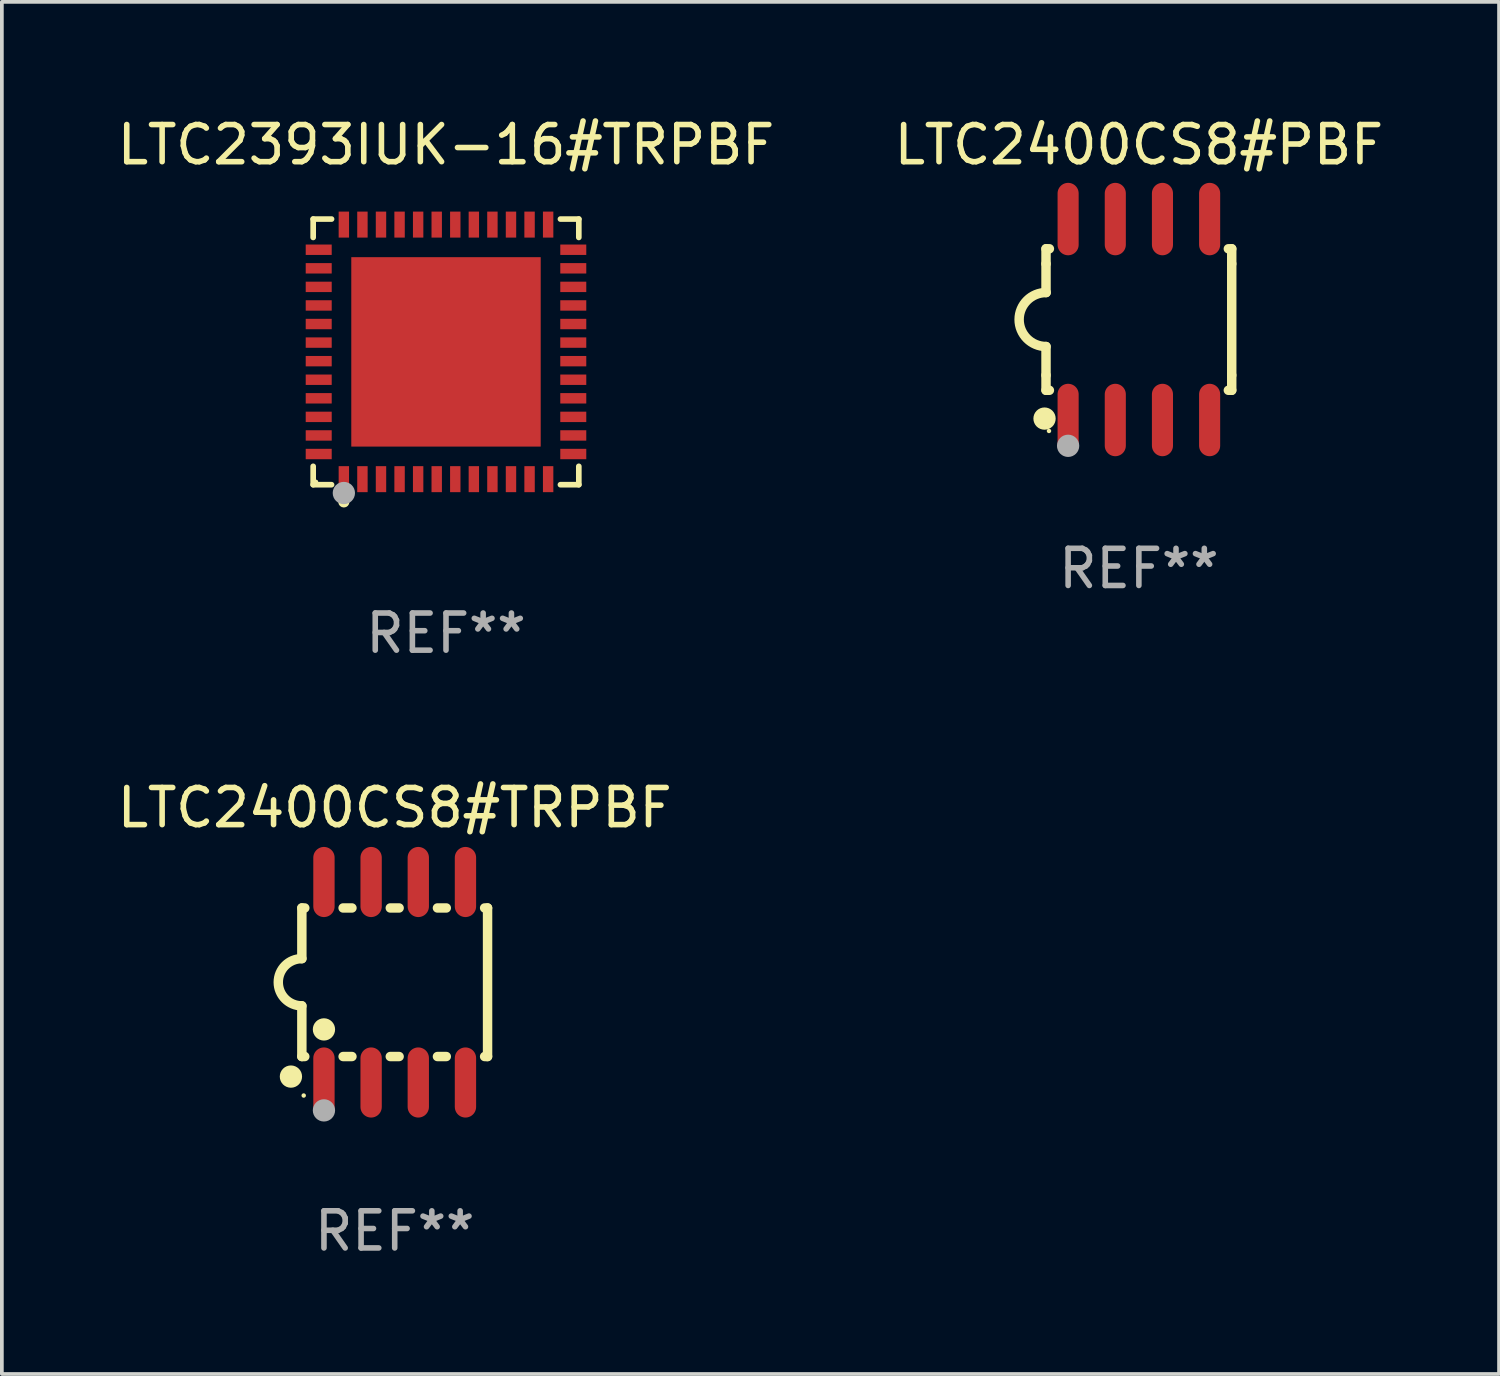
<source format=kicad_pcb>
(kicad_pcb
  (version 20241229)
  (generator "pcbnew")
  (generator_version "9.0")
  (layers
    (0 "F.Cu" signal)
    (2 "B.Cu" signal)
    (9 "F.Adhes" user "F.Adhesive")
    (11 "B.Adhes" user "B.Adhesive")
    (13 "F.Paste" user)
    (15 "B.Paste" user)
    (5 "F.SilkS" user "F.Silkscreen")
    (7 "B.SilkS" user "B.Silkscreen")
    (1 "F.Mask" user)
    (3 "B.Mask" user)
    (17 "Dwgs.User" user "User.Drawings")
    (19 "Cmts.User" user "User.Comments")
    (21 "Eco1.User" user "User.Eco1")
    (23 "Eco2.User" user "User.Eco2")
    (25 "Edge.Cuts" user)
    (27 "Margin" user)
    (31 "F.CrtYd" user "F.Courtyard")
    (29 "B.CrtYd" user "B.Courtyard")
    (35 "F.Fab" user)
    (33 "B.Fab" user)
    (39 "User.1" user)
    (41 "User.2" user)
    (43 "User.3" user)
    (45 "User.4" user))
  (footprint "LTC2393IUK-16#TRPBF"
    (layer "F.Cu")
    (at 8.958 6.424)
    (property "Reference" "LTC2393IUK-16#TRPBF" (at 0 -5.576 0) (layer "F.SilkS") (effects (font (size 1 1) (thickness 0.15))))
    (attr through_hole)
    (fp_line (start -3.576 -3.576) (end -3.081 -3.576) (stroke (width 0.152) (type solid)) (layer "F.SilkS"))
    (fp_line (start -3.576 -3.081) (end -3.576 -3.576) (stroke (width 0.152) (type solid)) (layer "F.SilkS"))
    (fp_line (start -3.576 3.081) (end -3.576 3.576) (stroke (width 0.152) (type solid)) (layer "F.SilkS"))
    (fp_line (start -3.576 3.576) (end -3.081 3.576) (stroke (width 0.152) (type solid)) (layer "F.SilkS"))
    (fp_line (start 3.576 -3.576) (end 3.081 -3.576) (stroke (width 0.152) (type solid)) (layer "F.SilkS"))
    (fp_line (start 3.576 -3.081) (end 3.576 -3.576) (stroke (width 0.152) (type solid)) (layer "F.SilkS"))
    (fp_line (start 3.576 3.081) (end 3.576 3.576) (stroke (width 0.152) (type solid)) (layer "F.SilkS"))
    (fp_line (start 3.576 3.576) (end 3.081 3.576) (stroke (width 0.152) (type solid)) (layer "F.SilkS"))
    (fp_circle (center -3.5 3.5) (end -3.47 3.5) (stroke (width 0.06) (type solid)) (fill no) (layer "F.SilkS"))
    (fp_circle (center -2.75 4.04) (end -2.675 4.04) (stroke (width 0.15) (type solid)) (fill no) (layer "F.SilkS"))
    (fp_circle (center -2.75 3.8) (end -2.6 3.8) (stroke (width 0.3) (type solid)) (fill no) (layer "F.Fab"))
    (fp_text user "REF**" (at 0 7.576 0) (layer "F.Fab") (effects (font (size 1 1) (thickness 0.15))))
    (pad "1" smd rect (at -2.75 3.427) (size 0.28 0.7) (layers "F.Cu" "F.Mask" "F.Paste"))
    (pad "2" smd rect (at -2.25 3.427) (size 0.28 0.7) (layers "F.Cu" "F.Mask" "F.Paste"))
    (pad "3" smd rect (at -1.75 3.427) (size 0.28 0.7) (layers "F.Cu" "F.Mask" "F.Paste"))
    (pad "4" smd rect (at -1.25 3.427) (size 0.28 0.7) (layers "F.Cu" "F.Mask" "F.Paste"))
    (pad "5" smd rect (at -0.75 3.427) (size 0.28 0.7) (layers "F.Cu" "F.Mask" "F.Paste"))
    (pad "6" smd rect (at -0.25 3.427) (size 0.28 0.7) (layers "F.Cu" "F.Mask" "F.Paste"))
    (pad "7" smd rect (at 0.25 3.427) (size 0.28 0.7) (layers "F.Cu" "F.Mask" "F.Paste"))
    (pad "8" smd rect (at 0.75 3.427) (size 0.28 0.7) (layers "F.Cu" "F.Mask" "F.Paste"))
    (pad "9" smd rect (at 1.25 3.427) (size 0.28 0.7) (layers "F.Cu" "F.Mask" "F.Paste"))
    (pad "10" smd rect (at 1.75 3.427) (size 0.28 0.7) (layers "F.Cu" "F.Mask" "F.Paste"))
    (pad "11" smd rect (at 2.25 3.427) (size 0.28 0.7) (layers "F.Cu" "F.Mask" "F.Paste"))
    (pad "12" smd rect (at 2.75 3.427) (size 0.28 0.7) (layers "F.Cu" "F.Mask" "F.Paste"))
    (pad "13" smd rect (at 3.427 2.75) (size 0.7 0.28) (layers "F.Cu" "F.Mask" "F.Paste"))
    (pad "14" smd rect (at 3.427 2.25) (size 0.7 0.28) (layers "F.Cu" "F.Mask" "F.Paste"))
    (pad "15" smd rect (at 3.427 1.75) (size 0.7 0.28) (layers "F.Cu" "F.Mask" "F.Paste"))
    (pad "16" smd rect (at 3.427 1.25) (size 0.7 0.28) (layers "F.Cu" "F.Mask" "F.Paste"))
    (pad "17" smd rect (at 3.427 0.75) (size 0.7 0.28) (layers "F.Cu" "F.Mask" "F.Paste"))
    (pad "18" smd rect (at 3.427 0.25) (size 0.7 0.28) (layers "F.Cu" "F.Mask" "F.Paste"))
    (pad "19" smd rect (at 3.427 -0.25) (size 0.7 0.28) (layers "F.Cu" "F.Mask" "F.Paste"))
    (pad "20" smd rect (at 3.427 -0.75) (size 0.7 0.28) (layers "F.Cu" "F.Mask" "F.Paste"))
    (pad "21" smd rect (at 3.427 -1.25) (size 0.7 0.28) (layers "F.Cu" "F.Mask" "F.Paste"))
    (pad "22" smd rect (at 3.427 -1.75) (size 0.7 0.28) (layers "F.Cu" "F.Mask" "F.Paste"))
    (pad "23" smd rect (at 3.427 -2.25) (size 0.7 0.28) (layers "F.Cu" "F.Mask" "F.Paste"))
    (pad "24" smd rect (at 3.427 -2.75) (size 0.7 0.28) (layers "F.Cu" "F.Mask" "F.Paste"))
    (pad "25" smd rect (at 2.75 -3.427) (size 0.28 0.7) (layers "F.Cu" "F.Mask" "F.Paste"))
    (pad "26" smd rect (at 2.25 -3.427) (size 0.28 0.7) (layers "F.Cu" "F.Mask" "F.Paste"))
    (pad "27" smd rect (at 1.75 -3.427) (size 0.28 0.7) (layers "F.Cu" "F.Mask" "F.Paste"))
    (pad "28" smd rect (at 1.25 -3.427) (size 0.28 0.7) (layers "F.Cu" "F.Mask" "F.Paste"))
    (pad "29" smd rect (at 0.75 -3.427) (size 0.28 0.7) (layers "F.Cu" "F.Mask" "F.Paste"))
    (pad "30" smd rect (at 0.25 -3.427) (size 0.28 0.7) (layers "F.Cu" "F.Mask" "F.Paste"))
    (pad "31" smd rect (at -0.25 -3.427) (size 0.28 0.7) (layers "F.Cu" "F.Mask" "F.Paste"))
    (pad "32" smd rect (at -0.75 -3.427) (size 0.28 0.7) (layers "F.Cu" "F.Mask" "F.Paste"))
    (pad "33" smd rect (at -1.25 -3.427) (size 0.28 0.7) (layers "F.Cu" "F.Mask" "F.Paste"))
    (pad "34" smd rect (at -1.75 -3.427) (size 0.28 0.7) (layers "F.Cu" "F.Mask" "F.Paste"))
    (pad "35" smd rect (at -2.25 -3.427) (size 0.28 0.7) (layers "F.Cu" "F.Mask" "F.Paste"))
    (pad "36" smd rect (at -2.75 -3.427) (size 0.28 0.7) (layers "F.Cu" "F.Mask" "F.Paste"))
    (pad "37" smd rect (at -3.427 -2.75) (size 0.7 0.28) (layers "F.Cu" "F.Mask" "F.Paste"))
    (pad "38" smd rect (at -3.427 -2.25) (size 0.7 0.28) (layers "F.Cu" "F.Mask" "F.Paste"))
    (pad "39" smd rect (at -3.427 -1.75) (size 0.7 0.28) (layers "F.Cu" "F.Mask" "F.Paste"))
    (pad "40" smd rect (at -3.427 -1.25) (size 0.7 0.28) (layers "F.Cu" "F.Mask" "F.Paste"))
    (pad "41" smd rect (at -3.427 -0.75) (size 0.7 0.28) (layers "F.Cu" "F.Mask" "F.Paste"))
    (pad "42" smd rect (at -3.427 -0.25) (size 0.7 0.28) (layers "F.Cu" "F.Mask" "F.Paste"))
    (pad "43" smd rect (at -3.427 0.25) (size 0.7 0.28) (layers "F.Cu" "F.Mask" "F.Paste"))
    (pad "44" smd rect (at -3.427 0.75) (size 0.7 0.28) (layers "F.Cu" "F.Mask" "F.Paste"))
    (pad "45" smd rect (at -3.427 1.25) (size 0.7 0.28) (layers "F.Cu" "F.Mask" "F.Paste"))
    (pad "46" smd rect (at -3.427 1.75) (size 0.7 0.28) (layers "F.Cu" "F.Mask" "F.Paste"))
    (pad "47" smd rect (at -3.427 2.25) (size 0.7 0.28) (layers "F.Cu" "F.Mask" "F.Paste"))
    (pad "48" smd rect (at -3.427 2.75) (size 0.7 0.28) (layers "F.Cu" "F.Mask" "F.Paste"))
    (pad "49" smd rect (at 0 0) (size 5.1 5.1) (layers "F.Cu" "F.Mask" "F.Paste")))
  (footprint "LTC2400CS8#TRPBF"
    (layer "F.Cu")
    (at 7.577 23.396)
    (property "Reference" "LTC2400CS8#TRPBF" (at 0 -4.699 0) (layer "F.SilkS") (effects (font (size 1 1) (thickness 0.15))))
    (attr through_hole)
    (fp_line (start -2.5 -2) (end -2.5 -0.635) (stroke (width 0.254) (type solid)) (layer "F.SilkS"))
    (fp_line (start -2.5 -2) (end -2.421 -2) (stroke (width 0.254) (type solid)) (layer "F.SilkS"))
    (fp_line (start -2.5 2) (end -2.5 0.635) (stroke (width 0.254) (type solid)) (layer "F.SilkS"))
    (fp_line (start -2.5 2) (end -2.421 2) (stroke (width 0.254) (type solid)) (layer "F.SilkS"))
    (fp_line (start -1.389 -2) (end -1.151 -2) (stroke (width 0.254) (type solid)) (layer "F.SilkS"))
    (fp_line (start -1.389 2) (end -1.151 2) (stroke (width 0.254) (type solid)) (layer "F.SilkS"))
    (fp_line (start -0.119 -2) (end 0.119 -2) (stroke (width 0.254) (type solid)) (layer "F.SilkS"))
    (fp_line (start -0.119 2) (end 0.119 2) (stroke (width 0.254) (type solid)) (layer "F.SilkS"))
    (fp_line (start 1.151 -2) (end 1.389 -2) (stroke (width 0.254) (type solid)) (layer "F.SilkS"))
    (fp_line (start 1.151 2) (end 1.389 2) (stroke (width 0.254) (type solid)) (layer "F.SilkS"))
    (fp_line (start 2.421 -2) (end 2.5 -2) (stroke (width 0.254) (type solid)) (layer "F.SilkS"))
    (fp_line (start 2.421 2) (end 2.5 2) (stroke (width 0.254) (type solid)) (layer "F.SilkS"))
    (fp_line (start 2.5 -2) (end 2.5 2) (stroke (width 0.254) (type solid)) (layer "F.SilkS"))
    (fp_arc (start -2.5 0.635001) (mid -3.134366 -0.000318) (end -2.499365 -0.635001) (stroke (width 0.254001) (type solid)) (layer "F.SilkS"))
    (fp_circle (center -2.794 2.54) (end -2.644 2.54) (stroke (width 0.3) (type solid)) (fill no) (layer "F.SilkS"))
    (fp_circle (center -2.45 3.05) (end -2.42 3.05) (stroke (width 0.06) (type solid)) (fill no) (layer "F.SilkS"))
    (fp_circle (center -1.905 1.27) (end -1.755 1.27) (stroke (width 0.3) (type solid)) (fill no) (layer "F.SilkS"))
    (fp_circle (center -1.905 3.45) (end -1.755 3.45) (stroke (width 0.3) (type solid)) (fill no) (layer "F.Fab"))
    (fp_text user "REF**" (at 0 6.699 0) (layer "F.Fab") (effects (font (size 1 1) (thickness 0.15))))
    (pad "1" smd oval (at -1.905 2.699) (size 0.574 1.888) (layers "F.Cu" "F.Mask" "F.Paste"))
    (pad "2" smd oval (at -0.635 2.699) (size 0.574 1.888) (layers "F.Cu" "F.Mask" "F.Paste"))
    (pad "3" smd oval (at 0.635 2.699) (size 0.574 1.888) (layers "F.Cu" "F.Mask" "F.Paste"))
    (pad "4" smd oval (at 1.905 2.699) (size 0.574 1.888) (layers "F.Cu" "F.Mask" "F.Paste"))
    (pad "5" smd oval (at 1.905 -2.699) (size 0.574 1.888) (layers "F.Cu" "F.Mask" "F.Paste"))
    (pad "6" smd oval (at 0.635 -2.699) (size 0.574 1.888) (layers "F.Cu" "F.Mask" "F.Paste"))
    (pad "7" smd oval (at -0.635 -2.699) (size 0.574 1.888) (layers "F.Cu" "F.Mask" "F.Paste"))
    (pad "8" smd oval (at -1.905 -2.699) (size 0.574 1.888) (layers "F.Cu" "F.Mask" "F.Paste")))
  (footprint "LTC2400CS8#PBF"
    (layer "F.Cu")
    (at 27.613 5.553)
    (property "Reference" "LTC2400CS8#PBF" (at 0 -4.705 0) (layer "F.SilkS") (effects (font (size 1 1) (thickness 0.15))))
    (attr through_hole)
    (fp_line (start -2.5 -1.905) (end -2.409 -1.905) (stroke (width 0.254) (type solid)) (layer "F.SilkS"))
    (fp_line (start -2.5 -1.5) (end -2.5 -1.905) (stroke (width 0.254) (type solid)) (layer "F.SilkS"))
    (fp_line (start -2.5 -1.5) (end -2.5 -0.726) (stroke (width 0.254) (type solid)) (layer "F.SilkS"))
    (fp_line (start -2.5 1.5) (end -2.5 0.727) (stroke (width 0.254) (type solid)) (layer "F.SilkS"))
    (fp_line (start -2.5 1.5) (end -2.5 1.905) (stroke (width 0.254) (type solid)) (layer "F.SilkS"))
    (fp_line (start -2.5 1.905) (end -2.409 1.905) (stroke (width 0.254) (type solid)) (layer "F.SilkS"))
    (fp_line (start 2.5 -1.905) (end 2.409 -1.905) (stroke (width 0.254) (type solid)) (layer "F.SilkS"))
    (fp_line (start 2.5 -1.5) (end 2.5 -1.905) (stroke (width 0.254) (type solid)) (layer "F.SilkS"))
    (fp_line (start 2.5 -1.5) (end 2.5 1.5) (stroke (width 0.254) (type solid)) (layer "F.SilkS"))
    (fp_line (start 2.5 1.5) (end 2.5 1.905) (stroke (width 0.254) (type solid)) (layer "F.SilkS"))
    (fp_line (start 2.5 1.905) (end 2.409 1.905) (stroke (width 0.254) (type solid)) (layer "F.SilkS"))
    (fp_arc (start -2.5 0.726568) (mid -3.220316 -0.0023) (end -2.495097 -0.726289) (stroke (width 0.254001) (type solid)) (layer "F.SilkS"))
    (fp_circle (center -2.54 2.667) (end -2.39 2.667) (stroke (width 0.3) (type solid)) (fill no) (layer "F.SilkS"))
    (fp_circle (center -2.42 3) (end -2.39 3) (stroke (width 0.06) (type solid)) (fill no) (layer "F.SilkS"))
    (fp_circle (center -1.905 3.4) (end -1.755 3.4) (stroke (width 0.3) (type solid)) (fill no) (layer "F.Fab"))
    (fp_text user "REF**" (at 0 6.705 0) (layer "F.Fab") (effects (font (size 1 1) (thickness 0.15))))
    (pad "1" smd oval (at -1.905 2.705) (size 0.568 1.95) (layers "F.Cu" "F.Mask" "F.Paste"))
    (pad "2" smd oval (at -0.635 2.705) (size 0.568 1.95) (layers "F.Cu" "F.Mask" "F.Paste"))
    (pad "3" smd oval (at 0.635 2.705) (size 0.568 1.95) (layers "F.Cu" "F.Mask" "F.Paste"))
    (pad "4" smd oval (at 1.905 2.705) (size 0.568 1.95) (layers "F.Cu" "F.Mask" "F.Paste"))
    (pad "5" smd oval (at 1.905 -2.705) (size 0.568 1.95) (layers "F.Cu" "F.Mask" "F.Paste"))
    (pad "6" smd oval (at 0.635 -2.705) (size 0.568 1.95) (layers "F.Cu" "F.Mask" "F.Paste"))
    (pad "7" smd oval (at -0.635 -2.705) (size 0.568 1.95) (layers "F.Cu" "F.Mask" "F.Paste"))
    (pad "8" smd oval (at -1.905 -2.705) (size 0.568 1.95) (layers "F.Cu" "F.Mask" "F.Paste")))
  (gr_rect
    (start -3 -3)
    (end 37.31 33.943)
    (stroke (width 0.1) (type default))
    (fill no)
    (layer "Edge.Cuts")))
</source>
